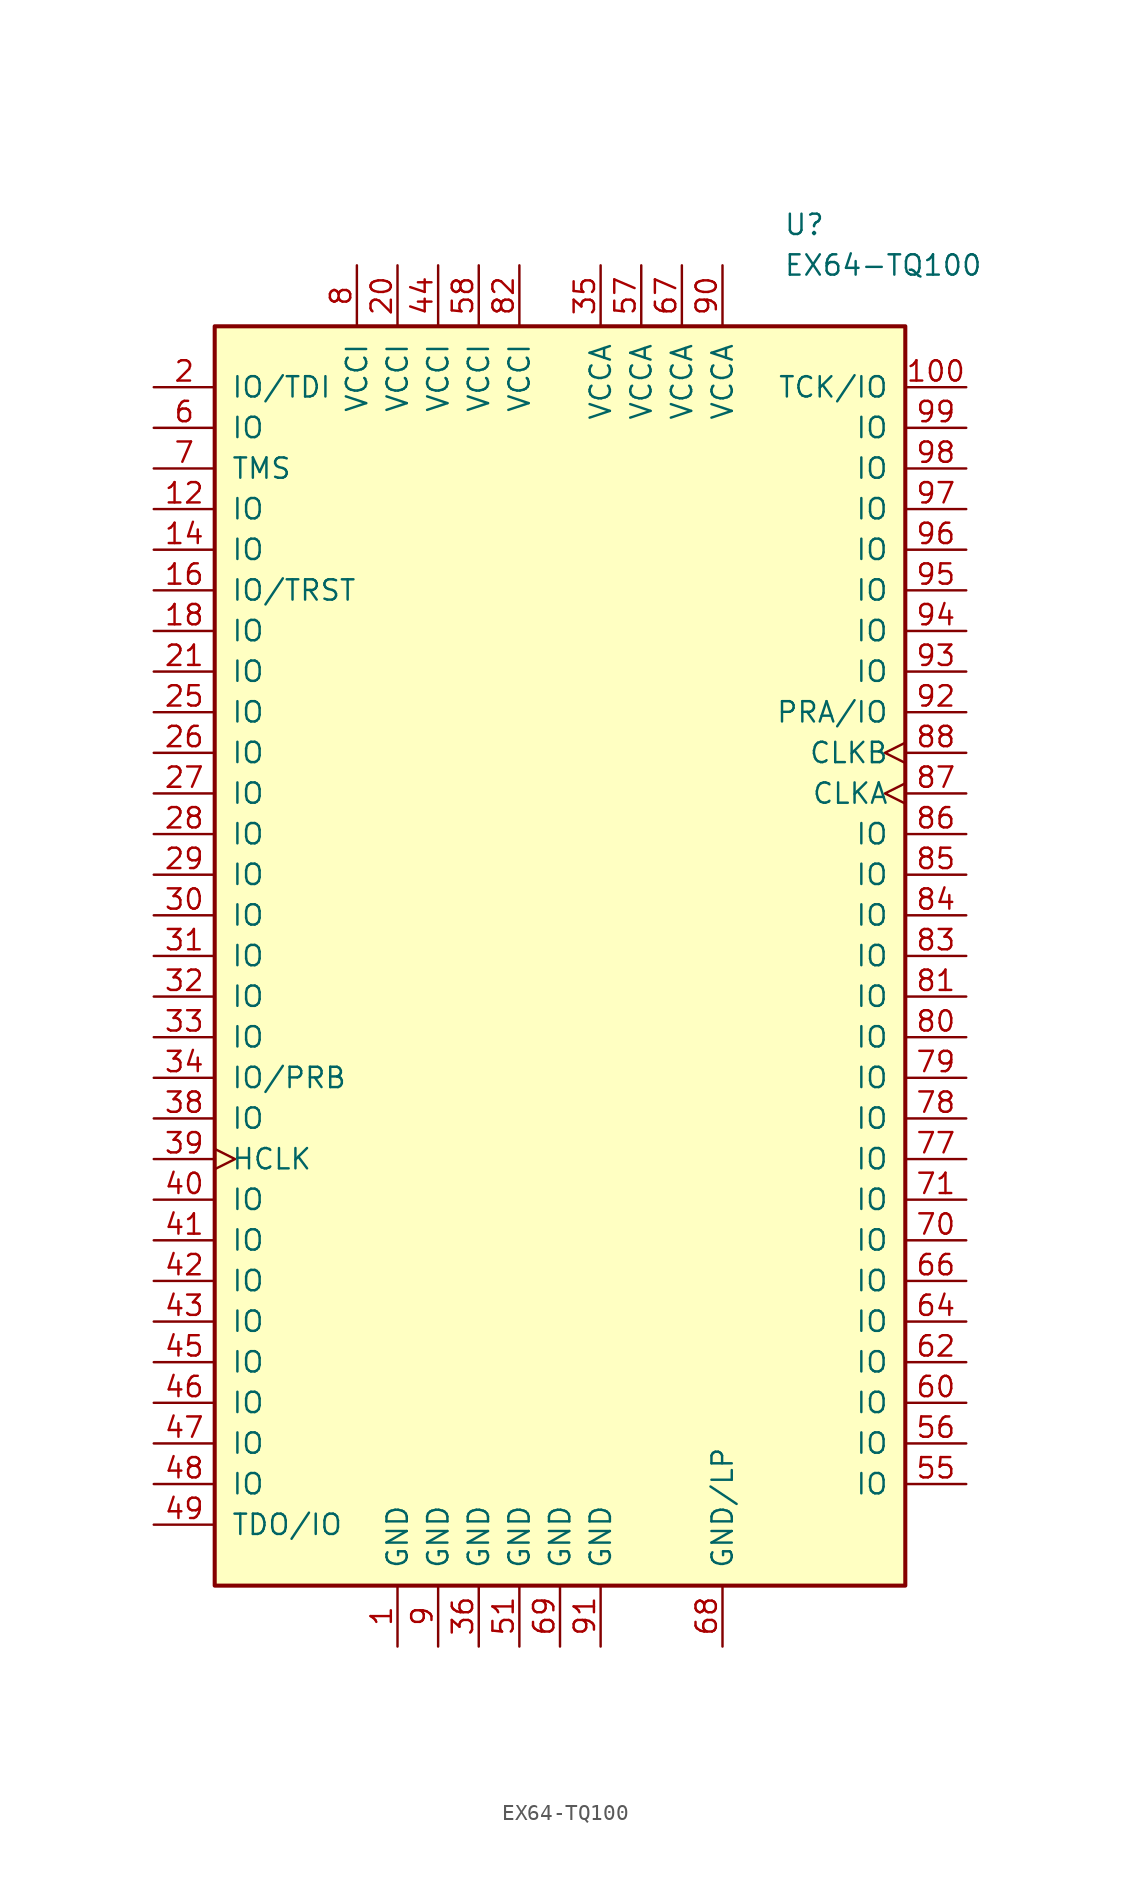
<source format=kicad_sym>
(kicad_symbol_lib
  (version 20231120)
  (generator "kicad_symbol_editor")
  (generator_version "8.0")
  (symbol "EX64-TQ100"
    (pin_names
      (offset 1.016))
    (property "Reference" "U"
      (at 13.97 45.72 0)
      (effects (font (size 1.27 1.27)) (justify left)))
    (property "Value" "EX64-TQ100"
      (at 13.97 43.18 0)
      (effects (font (size 1.27 1.27)) (justify left)))
    (symbol "EX64-TQ100_0_1"
      (rectangle (start -21.59 39.37) (end 21.59 -39.37) (stroke (width 0.254) (type default)) (fill (type background))))
    (symbol "EX64-TQ100_1_1"
      (pin power_out line (at -10.16 -43.18 90) (length 3.81) (name "GND" (effects (font (size 1.27 1.27)))) (number "1" (effects (font (size 1.27 1.27)))))
      (pin bidirectional line (at 25.4 35.56 180) (length 3.81) (name "TCK/IO" (effects (font (size 1.27 1.27)))) (number "100" (effects (font (size 1.27 1.27)))))
      (pin bidirectional line (at -25.4 27.94 0) (length 3.81) (name "IO" (effects (font (size 1.27 1.27)))) (number "12" (effects (font (size 1.27 1.27)))))
      (pin bidirectional line (at -25.4 25.4 0) (length 3.81) (name "IO" (effects (font (size 1.27 1.27)))) (number "14" (effects (font (size 1.27 1.27)))))
      (pin bidirectional line (at -25.4 22.86 0) (length 3.81) (name "IO/TRST" (effects (font (size 1.27 1.27)))) (number "16" (effects (font (size 1.27 1.27)))))
      (pin bidirectional line (at -25.4 20.32 0) (length 3.81) (name "IO" (effects (font (size 1.27 1.27)))) (number "18" (effects (font (size 1.27 1.27)))))
      (pin bidirectional line (at -25.4 35.56 0) (length 3.81) (name "IO/TDI" (effects (font (size 1.27 1.27)))) (number "2" (effects (font (size 1.27 1.27)))))
      (pin power_in line (at -10.16 43.18 270) (length 3.81) (name "VCCI" (effects (font (size 1.27 1.27)))) (number "20" (effects (font (size 1.27 1.27)))))
      (pin bidirectional line (at -25.4 17.78 0) (length 3.81) (name "IO" (effects (font (size 1.27 1.27)))) (number "21" (effects (font (size 1.27 1.27)))))
      (pin bidirectional line (at -25.4 15.24 0) (length 3.81) (name "IO" (effects (font (size 1.27 1.27)))) (number "25" (effects (font (size 1.27 1.27)))))
      (pin bidirectional line (at -25.4 12.7 0) (length 3.81) (name "IO" (effects (font (size 1.27 1.27)))) (number "26" (effects (font (size 1.27 1.27)))))
      (pin bidirectional line (at -25.4 10.16 0) (length 3.81) (name "IO" (effects (font (size 1.27 1.27)))) (number "27" (effects (font (size 1.27 1.27)))))
      (pin bidirectional line (at -25.4 7.62 0) (length 3.81) (name "IO" (effects (font (size 1.27 1.27)))) (number "28" (effects (font (size 1.27 1.27)))))
      (pin bidirectional line (at -25.4 5.08 0) (length 3.81) (name "IO" (effects (font (size 1.27 1.27)))) (number "29" (effects (font (size 1.27 1.27)))))
      (pin bidirectional line (at -25.4 2.54 0) (length 3.81) (name "IO" (effects (font (size 1.27 1.27)))) (number "30" (effects (font (size 1.27 1.27)))))
      (pin bidirectional line (at -25.4 0 0) (length 3.81) (name "IO" (effects (font (size 1.27 1.27)))) (number "31" (effects (font (size 1.27 1.27)))))
      (pin bidirectional line (at -25.4 -2.54 0) (length 3.81) (name "IO" (effects (font (size 1.27 1.27)))) (number "32" (effects (font (size 1.27 1.27)))))
      (pin bidirectional line (at -25.4 -5.08 0) (length 3.81) (name "IO" (effects (font (size 1.27 1.27)))) (number "33" (effects (font (size 1.27 1.27)))))
      (pin bidirectional line (at -25.4 -7.62 0) (length 3.81) (name "IO/PRB" (effects (font (size 1.27 1.27)))) (number "34" (effects (font (size 1.27 1.27)))))
      (pin power_in line (at 2.54 43.18 270) (length 3.81) (name "VCCA" (effects (font (size 1.27 1.27)))) (number "35" (effects (font (size 1.27 1.27)))))
      (pin power_out line (at -5.08 -43.18 90) (length 3.81) (name "GND" (effects (font (size 1.27 1.27)))) (number "36" (effects (font (size 1.27 1.27)))))
      (pin bidirectional line (at -25.4 -10.16 0) (length 3.81) (name "IO" (effects (font (size 1.27 1.27)))) (number "38" (effects (font (size 1.27 1.27)))))
      (pin input clock (at -25.4 -12.7 0) (length 3.81) (name "HCLK" (effects (font (size 1.27 1.27)))) (number "39" (effects (font (size 1.27 1.27)))))
      (pin bidirectional line (at -25.4 -15.24 0) (length 3.81) (name "IO" (effects (font (size 1.27 1.27)))) (number "40" (effects (font (size 1.27 1.27)))))
      (pin bidirectional line (at -25.4 -17.78 0) (length 3.81) (name "IO" (effects (font (size 1.27 1.27)))) (number "41" (effects (font (size 1.27 1.27)))))
      (pin bidirectional line (at -25.4 -20.32 0) (length 3.81) (name "IO" (effects (font (size 1.27 1.27)))) (number "42" (effects (font (size 1.27 1.27)))))
      (pin bidirectional line (at -25.4 -22.86 0) (length 3.81) (name "IO" (effects (font (size 1.27 1.27)))) (number "43" (effects (font (size 1.27 1.27)))))
      (pin power_in line (at -7.62 43.18 270) (length 3.81) (name "VCCI" (effects (font (size 1.27 1.27)))) (number "44" (effects (font (size 1.27 1.27)))))
      (pin bidirectional line (at -25.4 -25.4 0) (length 3.81) (name "IO" (effects (font (size 1.27 1.27)))) (number "45" (effects (font (size 1.27 1.27)))))
      (pin bidirectional line (at -25.4 -27.94 0) (length 3.81) (name "IO" (effects (font (size 1.27 1.27)))) (number "46" (effects (font (size 1.27 1.27)))))
      (pin bidirectional line (at -25.4 -30.48 0) (length 3.81) (name "IO" (effects (font (size 1.27 1.27)))) (number "47" (effects (font (size 1.27 1.27)))))
      (pin bidirectional line (at -25.4 -33.02 0) (length 3.81) (name "IO" (effects (font (size 1.27 1.27)))) (number "48" (effects (font (size 1.27 1.27)))))
      (pin bidirectional line (at -25.4 -35.56 0) (length 3.81) (name "TDO/IO" (effects (font (size 1.27 1.27)))) (number "49" (effects (font (size 1.27 1.27)))))
      (pin power_out line (at -2.54 -43.18 90) (length 3.81) (name "GND" (effects (font (size 1.27 1.27)))) (number "51" (effects (font (size 1.27 1.27)))))
      (pin bidirectional line (at 25.4 -33.02 180) (length 3.81) (name "IO" (effects (font (size 1.27 1.27)))) (number "55" (effects (font (size 1.27 1.27)))))
      (pin bidirectional line (at 25.4 -30.48 180) (length 3.81) (name "IO" (effects (font (size 1.27 1.27)))) (number "56" (effects (font (size 1.27 1.27)))))
      (pin power_in line (at 5.08 43.18 270) (length 3.81) (name "VCCA" (effects (font (size 1.27 1.27)))) (number "57" (effects (font (size 1.27 1.27)))))
      (pin power_in line (at -5.08 43.18 270) (length 3.81) (name "VCCI" (effects (font (size 1.27 1.27)))) (number "58" (effects (font (size 1.27 1.27)))))
      (pin bidirectional line (at -25.4 33.02 0) (length 3.81) (name "IO" (effects (font (size 1.27 1.27)))) (number "6" (effects (font (size 1.27 1.27)))))
      (pin bidirectional line (at 25.4 -27.94 180) (length 3.81) (name "IO" (effects (font (size 1.27 1.27)))) (number "60" (effects (font (size 1.27 1.27)))))
      (pin bidirectional line (at 25.4 -25.4 180) (length 3.81) (name "IO" (effects (font (size 1.27 1.27)))) (number "62" (effects (font (size 1.27 1.27)))))
      (pin bidirectional line (at 25.4 -22.86 180) (length 3.81) (name "IO" (effects (font (size 1.27 1.27)))) (number "64" (effects (font (size 1.27 1.27)))))
      (pin bidirectional line (at 25.4 -20.32 180) (length 3.81) (name "IO" (effects (font (size 1.27 1.27)))) (number "66" (effects (font (size 1.27 1.27)))))
      (pin power_in line (at 7.62 43.18 270) (length 3.81) (name "VCCA" (effects (font (size 1.27 1.27)))) (number "67" (effects (font (size 1.27 1.27)))))
      (pin power_out line (at 10.16 -43.18 90) (length 3.81) (name "GND/LP" (effects (font (size 1.27 1.27)))) (number "68" (effects (font (size 1.27 1.27)))))
      (pin power_out line (at 0 -43.18 90) (length 3.81) (name "GND" (effects (font (size 1.27 1.27)))) (number "69" (effects (font (size 1.27 1.27)))))
      (pin input line (at -25.4 30.48 0) (length 3.81) (name "TMS" (effects (font (size 1.27 1.27)))) (number "7" (effects (font (size 1.27 1.27)))))
      (pin bidirectional line (at 25.4 -17.78 180) (length 3.81) (name "IO" (effects (font (size 1.27 1.27)))) (number "70" (effects (font (size 1.27 1.27)))))
      (pin bidirectional line (at 25.4 -15.24 180) (length 3.81) (name "IO" (effects (font (size 1.27 1.27)))) (number "71" (effects (font (size 1.27 1.27)))))
      (pin bidirectional line (at 25.4 -12.7 180) (length 3.81) (name "IO" (effects (font (size 1.27 1.27)))) (number "77" (effects (font (size 1.27 1.27)))))
      (pin bidirectional line (at 25.4 -10.16 180) (length 3.81) (name "IO" (effects (font (size 1.27 1.27)))) (number "78" (effects (font (size 1.27 1.27)))))
      (pin bidirectional line (at 25.4 -7.62 180) (length 3.81) (name "IO" (effects (font (size 1.27 1.27)))) (number "79" (effects (font (size 1.27 1.27)))))
      (pin power_in line (at -12.7 43.18 270) (length 3.81) (name "VCCI" (effects (font (size 1.27 1.27)))) (number "8" (effects (font (size 1.27 1.27)))))
      (pin bidirectional line (at 25.4 -5.08 180) (length 3.81) (name "IO" (effects (font (size 1.27 1.27)))) (number "80" (effects (font (size 1.27 1.27)))))
      (pin bidirectional line (at 25.4 -2.54 180) (length 3.81) (name "IO" (effects (font (size 1.27 1.27)))) (number "81" (effects (font (size 1.27 1.27)))))
      (pin power_in line (at -2.54 43.18 270) (length 3.81) (name "VCCI" (effects (font (size 1.27 1.27)))) (number "82" (effects (font (size 1.27 1.27)))))
      (pin bidirectional line (at 25.4 0 180) (length 3.81) (name "IO" (effects (font (size 1.27 1.27)))) (number "83" (effects (font (size 1.27 1.27)))))
      (pin bidirectional line (at 25.4 2.54 180) (length 3.81) (name "IO" (effects (font (size 1.27 1.27)))) (number "84" (effects (font (size 1.27 1.27)))))
      (pin bidirectional line (at 25.4 5.08 180) (length 3.81) (name "IO" (effects (font (size 1.27 1.27)))) (number "85" (effects (font (size 1.27 1.27)))))
      (pin bidirectional line (at 25.4 7.62 180) (length 3.81) (name "IO" (effects (font (size 1.27 1.27)))) (number "86" (effects (font (size 1.27 1.27)))))
      (pin input clock (at 25.4 10.16 180) (length 3.81) (name "CLKA" (effects (font (size 1.27 1.27)))) (number "87" (effects (font (size 1.27 1.27)))))
      (pin input clock (at 25.4 12.7 180) (length 3.81) (name "CLKB" (effects (font (size 1.27 1.27)))) (number "88" (effects (font (size 1.27 1.27)))))
      (pin power_out line (at -7.62 -43.18 90) (length 3.81) (name "GND" (effects (font (size 1.27 1.27)))) (number "9" (effects (font (size 1.27 1.27)))))
      (pin power_in line (at 10.16 43.18 270) (length 3.81) (name "VCCA" (effects (font (size 1.27 1.27)))) (number "90" (effects (font (size 1.27 1.27)))))
      (pin power_in line (at 2.54 -43.18 90) (length 3.81) (name "GND" (effects (font (size 1.27 1.27)))) (number "91" (effects (font (size 1.27 1.27)))))
      (pin bidirectional line (at 25.4 15.24 180) (length 3.81) (name "PRA/IO" (effects (font (size 1.27 1.27)))) (number "92" (effects (font (size 1.27 1.27)))))
      (pin bidirectional line (at 25.4 17.78 180) (length 3.81) (name "IO" (effects (font (size 1.27 1.27)))) (number "93" (effects (font (size 1.27 1.27)))))
      (pin bidirectional line (at 25.4 20.32 180) (length 3.81) (name "IO" (effects (font (size 1.27 1.27)))) (number "94" (effects (font (size 1.27 1.27)))))
      (pin bidirectional line (at 25.4 22.86 180) (length 3.81) (name "IO" (effects (font (size 1.27 1.27)))) (number "95" (effects (font (size 1.27 1.27)))))
      (pin bidirectional line (at 25.4 25.4 180) (length 3.81) (name "IO" (effects (font (size 1.27 1.27)))) (number "96" (effects (font (size 1.27 1.27)))))
      (pin bidirectional line (at 25.4 27.94 180) (length 3.81) (name "IO" (effects (font (size 1.27 1.27)))) (number "97" (effects (font (size 1.27 1.27)))))
      (pin bidirectional line (at 25.4 30.48 180) (length 3.81) (name "IO" (effects (font (size 1.27 1.27)))) (number "98" (effects (font (size 1.27 1.27)))))
      (pin bidirectional line (at 25.4 33.02 180) (length 3.81) (name "IO" (effects (font (size 1.27 1.27)))) (number "99" (effects (font (size 1.27 1.27))))))))
</source>
